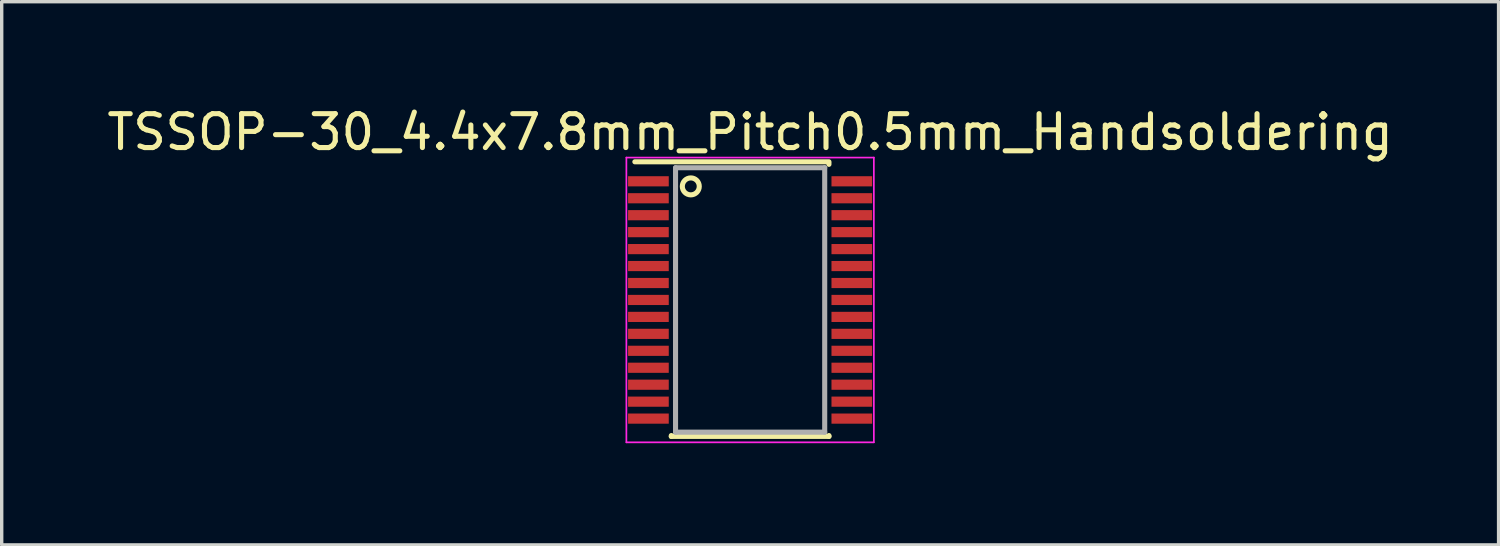
<source format=kicad_pcb>
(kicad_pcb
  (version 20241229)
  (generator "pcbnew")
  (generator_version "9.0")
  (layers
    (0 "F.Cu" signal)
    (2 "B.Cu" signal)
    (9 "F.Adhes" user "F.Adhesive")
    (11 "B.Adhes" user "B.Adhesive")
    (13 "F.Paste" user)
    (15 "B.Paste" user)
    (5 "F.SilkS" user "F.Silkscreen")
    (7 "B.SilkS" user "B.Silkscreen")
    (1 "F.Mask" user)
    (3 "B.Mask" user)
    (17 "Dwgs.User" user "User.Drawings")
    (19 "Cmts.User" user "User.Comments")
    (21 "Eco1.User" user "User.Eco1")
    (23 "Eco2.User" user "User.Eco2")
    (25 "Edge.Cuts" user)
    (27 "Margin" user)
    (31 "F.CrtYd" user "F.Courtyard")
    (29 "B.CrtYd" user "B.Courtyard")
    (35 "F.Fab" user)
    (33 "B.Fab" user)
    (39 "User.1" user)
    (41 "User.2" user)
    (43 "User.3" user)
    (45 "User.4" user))
  (footprint "TSSOP-30_4.4x7.8mm_Pitch0.5mm_Handsoldering"
    (layer "F.Cu")
    (at 19.077 5.798)
    (property "Reference" "TSSOP-30_4.4x7.8mm_Pitch0.5mm_Handsoldering" (at 0 -4.95 0) (layer "F.SilkS") (effects (font (size 1 1) (thickness 0.15))))
    (attr smd)
    (fp_line (start -3.4 -4.075) (end 2.325 -4.075) (stroke (width 0.15) (type solid)) (layer "F.SilkS"))
    (fp_line (start -2.325 4.025) (end -2.325 4) (stroke (width 0.15) (type solid)) (layer "F.SilkS"))
    (fp_line (start -2.325 4.025) (end 2.325 4.025) (stroke (width 0.15) (type solid)) (layer "F.SilkS"))
    (fp_line (start 2.325 -4.025) (end 2.325 -4) (stroke (width 0.15) (type solid)) (layer "F.SilkS"))
    (fp_line (start 2.325 4.025) (end 2.325 4) (stroke (width 0.15) (type solid)) (layer "F.SilkS"))
    (fp_circle (center -1.75 -3.35) (end -2 -3.35) (stroke (width 0.15) (type solid)) (fill no) (layer "F.SilkS"))
    (fp_line (start -3.65 -4.2) (end -3.65 4.2) (stroke (width 0.05) (type solid)) (layer "F.CrtYd"))
    (fp_line (start -3.65 -4.2) (end 3.65 -4.2) (stroke (width 0.05) (type solid)) (layer "F.CrtYd"))
    (fp_line (start -3.65 4.2) (end 3.65 4.2) (stroke (width 0.05) (type solid)) (layer "F.CrtYd"))
    (fp_line (start 3.65 -4.2) (end 3.65 4.2) (stroke (width 0.05) (type solid)) (layer "F.CrtYd"))
    (fp_line (start -2.2 -3.9) (end 2.2 -3.9) (stroke (width 0.15) (type solid)) (layer "F.Fab"))
    (fp_line (start -2.2 3.9) (end -2.2 -3.9) (stroke (width 0.15) (type solid)) (layer "F.Fab"))
    (fp_line (start 2.2 -3.9) (end 2.2 3.9) (stroke (width 0.15) (type solid)) (layer "F.Fab"))
    (fp_line (start 2.2 3.9) (end -2.2 3.9) (stroke (width 0.15) (type solid)) (layer "F.Fab"))
    (pad "1" smd rect (at -3 -3.5) (size 1.2 0.3) (layers "F.Cu" "F.Mask" "F.Paste"))
    (pad "2" smd rect (at -3 -3) (size 1.2 0.3) (layers "F.Cu" "F.Mask" "F.Paste"))
    (pad "3" smd rect (at -3 -2.5) (size 1.2 0.3) (layers "F.Cu" "F.Mask" "F.Paste"))
    (pad "4" smd rect (at -3 -2) (size 1.2 0.3) (layers "F.Cu" "F.Mask" "F.Paste"))
    (pad "5" smd rect (at -3 -1.5) (size 1.2 0.3) (layers "F.Cu" "F.Mask" "F.Paste"))
    (pad "6" smd rect (at -3 -1) (size 1.2 0.3) (layers "F.Cu" "F.Mask" "F.Paste"))
    (pad "7" smd rect (at -3 -0.5) (size 1.2 0.3) (layers "F.Cu" "F.Mask" "F.Paste"))
    (pad "8" smd rect (at -3 0) (size 1.2 0.3) (layers "F.Cu" "F.Mask" "F.Paste"))
    (pad "9" smd rect (at -3 0.5) (size 1.2 0.3) (layers "F.Cu" "F.Mask" "F.Paste"))
    (pad "10" smd rect (at -3 1) (size 1.2 0.3) (layers "F.Cu" "F.Mask" "F.Paste"))
    (pad "11" smd rect (at -3 1.5) (size 1.2 0.3) (layers "F.Cu" "F.Mask" "F.Paste"))
    (pad "12" smd rect (at -3 2) (size 1.2 0.3) (layers "F.Cu" "F.Mask" "F.Paste"))
    (pad "13" smd rect (at -3 2.5) (size 1.2 0.3) (layers "F.Cu" "F.Mask" "F.Paste"))
    (pad "14" smd rect (at -3 3) (size 1.2 0.3) (layers "F.Cu" "F.Mask" "F.Paste"))
    (pad "15" smd rect (at -3 3.5) (size 1.2 0.3) (layers "F.Cu" "F.Mask" "F.Paste"))
    (pad "16" smd rect (at 3 3.5) (size 1.2 0.3) (layers "F.Cu" "F.Mask" "F.Paste"))
    (pad "17" smd rect (at 3 3) (size 1.2 0.3) (layers "F.Cu" "F.Mask" "F.Paste"))
    (pad "18" smd rect (at 3 2.5) (size 1.2 0.3) (layers "F.Cu" "F.Mask" "F.Paste"))
    (pad "19" smd rect (at 3 2) (size 1.2 0.3) (layers "F.Cu" "F.Mask" "F.Paste"))
    (pad "20" smd rect (at 3 1.5) (size 1.2 0.3) (layers "F.Cu" "F.Mask" "F.Paste"))
    (pad "21" smd rect (at 3 1) (size 1.2 0.3) (layers "F.Cu" "F.Mask" "F.Paste"))
    (pad "22" smd rect (at 3 0.5) (size 1.2 0.3) (layers "F.Cu" "F.Mask" "F.Paste"))
    (pad "23" smd rect (at 3 0) (size 1.2 0.3) (layers "F.Cu" "F.Mask" "F.Paste"))
    (pad "24" smd rect (at 3 -0.5) (size 1.2 0.3) (layers "F.Cu" "F.Mask" "F.Paste"))
    (pad "25" smd rect (at 3 -1) (size 1.2 0.3) (layers "F.Cu" "F.Mask" "F.Paste"))
    (pad "26" smd rect (at 3 -1.5) (size 1.2 0.3) (layers "F.Cu" "F.Mask" "F.Paste"))
    (pad "27" smd rect (at 3 -2) (size 1.2 0.3) (layers "F.Cu" "F.Mask" "F.Paste"))
    (pad "28" smd rect (at 3 -2.5) (size 1.2 0.3) (layers "F.Cu" "F.Mask" "F.Paste"))
    (pad "29" smd rect (at 3 -3) (size 1.2 0.3) (layers "F.Cu" "F.Mask" "F.Paste"))
    (pad "30" smd rect (at 3 -3.5) (size 1.2 0.3) (layers "F.Cu" "F.Mask" "F.Paste")))
  (gr_rect
    (start -3 -3)
    (end 41.155 13.023)
    (stroke (width 0.1) (type default))
    (fill no)
    (layer "Edge.Cuts")))
</source>
